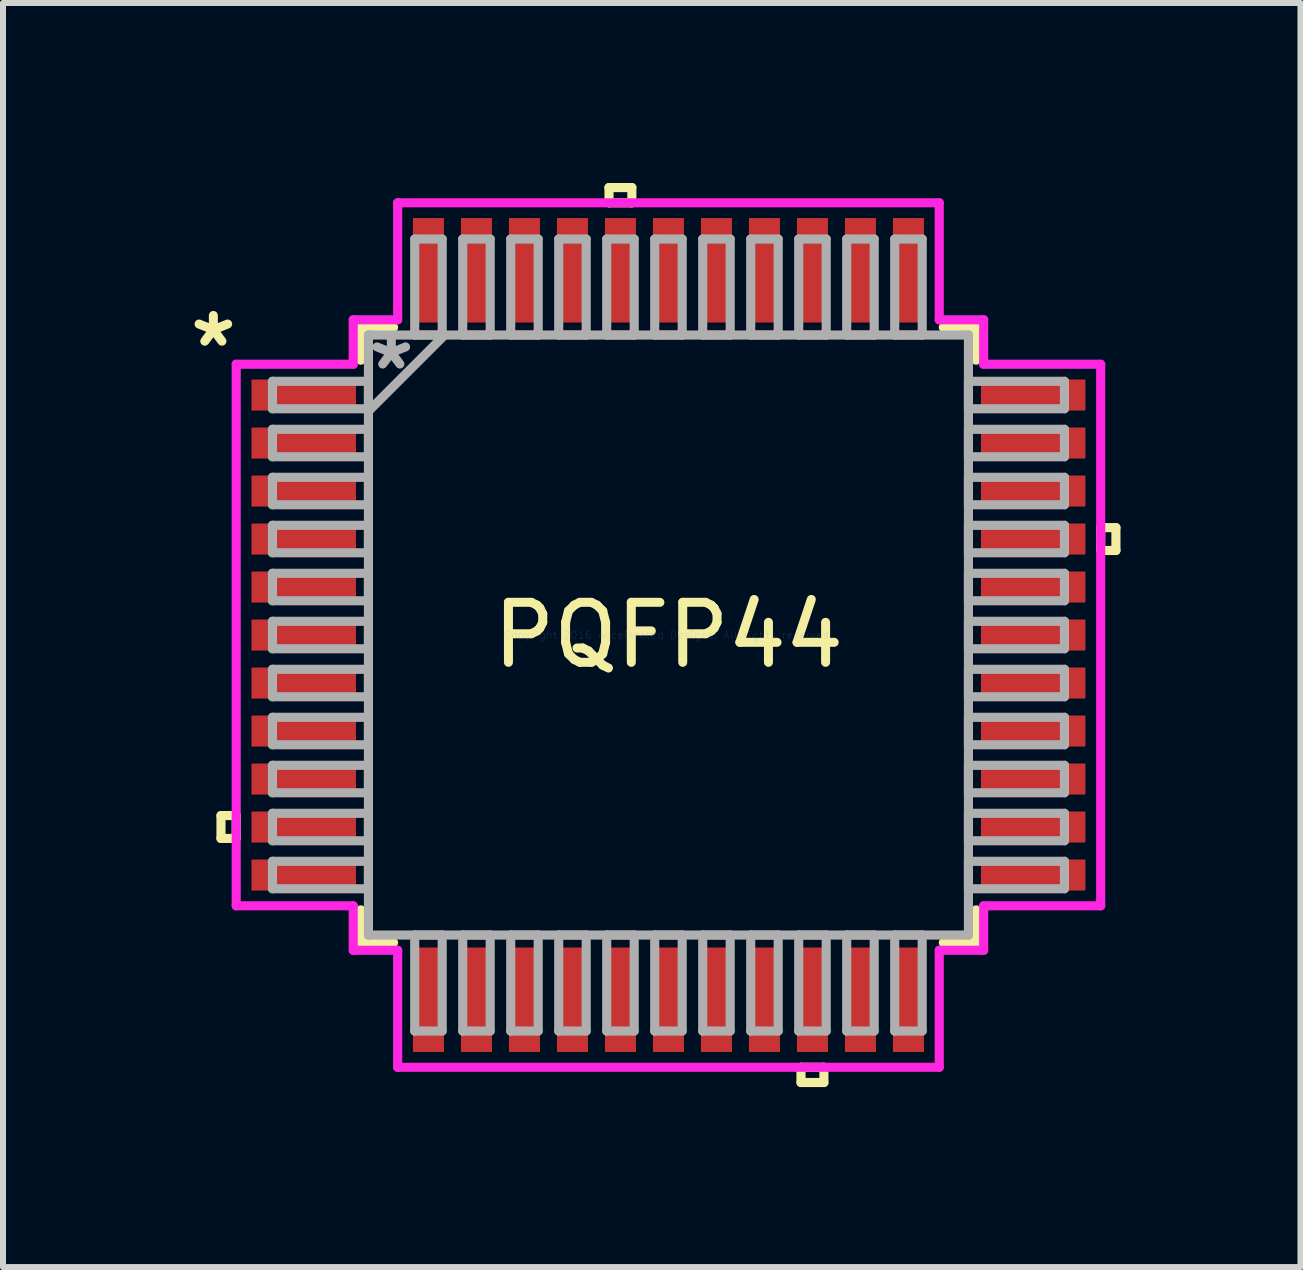
<source format=kicad_pcb>
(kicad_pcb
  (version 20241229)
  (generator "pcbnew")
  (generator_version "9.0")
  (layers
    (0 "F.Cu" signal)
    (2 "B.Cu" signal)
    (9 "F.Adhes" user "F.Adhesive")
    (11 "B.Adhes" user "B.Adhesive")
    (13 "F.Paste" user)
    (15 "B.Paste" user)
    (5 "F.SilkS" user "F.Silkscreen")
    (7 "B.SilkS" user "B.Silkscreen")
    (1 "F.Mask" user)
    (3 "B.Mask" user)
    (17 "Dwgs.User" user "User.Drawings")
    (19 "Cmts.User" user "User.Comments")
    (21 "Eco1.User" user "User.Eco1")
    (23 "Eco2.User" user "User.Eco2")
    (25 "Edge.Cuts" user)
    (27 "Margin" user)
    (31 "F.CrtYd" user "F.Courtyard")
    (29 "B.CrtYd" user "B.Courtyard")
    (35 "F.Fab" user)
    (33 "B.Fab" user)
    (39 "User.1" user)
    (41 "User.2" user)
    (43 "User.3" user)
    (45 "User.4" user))
  (footprint "PQFP44"
    (layer "F.Cu")
    (at 8.091 7.534)
    (property "Reference" "PQFP44" (at 0 0 0) (layer "F.SilkS") (effects (font (size 1 1) (thickness 0.15))))
    (attr through_hole)
    (fp_line (start -7.458 3.009) (end -7.458 3.39) (stroke (width 0.152) (type solid)) (layer "F.SilkS"))
    (fp_line (start -7.458 3.39) (end -7.204 3.39) (stroke (width 0.152) (type solid)) (layer "F.SilkS"))
    (fp_line (start -7.204 3.009) (end -7.458 3.009) (stroke (width 0.152) (type solid)) (layer "F.SilkS"))
    (fp_line (start -7.204 3.39) (end -7.204 3.009) (stroke (width 0.152) (type solid)) (layer "F.SilkS"))
    (fp_line (start -5.127 -5.127) (end -5.127 -4.581) (stroke (width 0.152) (type solid)) (layer "F.SilkS"))
    (fp_line (start -5.127 4.581) (end -5.127 5.127) (stroke (width 0.152) (type solid)) (layer "F.SilkS"))
    (fp_line (start -5.127 5.127) (end -4.581 5.127) (stroke (width 0.152) (type solid)) (layer "F.SilkS"))
    (fp_line (start -4.581 -5.127) (end -5.127 -5.127) (stroke (width 0.152) (type solid)) (layer "F.SilkS"))
    (fp_line (start -0.991 -7.458) (end -0.61 -7.458) (stroke (width 0.152) (type solid)) (layer "F.SilkS"))
    (fp_line (start -0.991 -7.204) (end -0.991 -7.458) (stroke (width 0.152) (type solid)) (layer "F.SilkS"))
    (fp_line (start -0.61 -7.458) (end -0.61 -7.204) (stroke (width 0.152) (type solid)) (layer "F.SilkS"))
    (fp_line (start -0.61 -7.204) (end -0.991 -7.204) (stroke (width 0.152) (type solid)) (layer "F.SilkS"))
    (fp_line (start 2.209 7.204) (end 2.209 7.458) (stroke (width 0.152) (type solid)) (layer "F.SilkS"))
    (fp_line (start 2.209 7.458) (end 2.591 7.458) (stroke (width 0.152) (type solid)) (layer "F.SilkS"))
    (fp_line (start 2.591 7.204) (end 2.209 7.204) (stroke (width 0.152) (type solid)) (layer "F.SilkS"))
    (fp_line (start 2.591 7.458) (end 2.591 7.204) (stroke (width 0.152) (type solid)) (layer "F.SilkS"))
    (fp_line (start 4.581 5.127) (end 5.127 5.127) (stroke (width 0.152) (type solid)) (layer "F.SilkS"))
    (fp_line (start 5.127 -5.127) (end 4.581 -5.127) (stroke (width 0.152) (type solid)) (layer "F.SilkS"))
    (fp_line (start 5.127 -4.581) (end 5.127 -5.127) (stroke (width 0.152) (type solid)) (layer "F.SilkS"))
    (fp_line (start 5.127 5.127) (end 5.127 4.581) (stroke (width 0.152) (type solid)) (layer "F.SilkS"))
    (fp_line (start 7.204 -1.79) (end 7.458 -1.79) (stroke (width 0.152) (type solid)) (layer "F.SilkS"))
    (fp_line (start 7.204 -1.409) (end 7.204 -1.79) (stroke (width 0.152) (type solid)) (layer "F.SilkS"))
    (fp_line (start 7.458 -1.79) (end 7.458 -1.409) (stroke (width 0.152) (type solid)) (layer "F.SilkS"))
    (fp_line (start 7.458 -1.409) (end 7.204 -1.409) (stroke (width 0.152) (type solid)) (layer "F.SilkS"))
    (fp_line (start -7.204 -4.513) (end -5.254 -4.513) (stroke (width 0.152) (type solid)) (layer "F.CrtYd"))
    (fp_line (start -7.204 4.513) (end -7.204 -4.513) (stroke (width 0.152) (type solid)) (layer "F.CrtYd"))
    (fp_line (start -5.254 -5.254) (end -4.513 -5.254) (stroke (width 0.152) (type solid)) (layer "F.CrtYd"))
    (fp_line (start -5.254 -4.513) (end -5.254 -5.254) (stroke (width 0.152) (type solid)) (layer "F.CrtYd"))
    (fp_line (start -5.254 4.513) (end -7.204 4.513) (stroke (width 0.152) (type solid)) (layer "F.CrtYd"))
    (fp_line (start -5.254 5.254) (end -5.254 4.513) (stroke (width 0.152) (type solid)) (layer "F.CrtYd"))
    (fp_line (start -4.513 -7.204) (end 4.513 -7.204) (stroke (width 0.152) (type solid)) (layer "F.CrtYd"))
    (fp_line (start -4.513 -5.254) (end -4.513 -7.204) (stroke (width 0.152) (type solid)) (layer "F.CrtYd"))
    (fp_line (start -4.513 5.254) (end -5.254 5.254) (stroke (width 0.152) (type solid)) (layer "F.CrtYd"))
    (fp_line (start -4.513 7.204) (end -4.513 5.254) (stroke (width 0.152) (type solid)) (layer "F.CrtYd"))
    (fp_line (start 4.513 -7.204) (end 4.513 -5.254) (stroke (width 0.152) (type solid)) (layer "F.CrtYd"))
    (fp_line (start 4.513 -5.254) (end 5.254 -5.254) (stroke (width 0.152) (type solid)) (layer "F.CrtYd"))
    (fp_line (start 4.513 5.254) (end 4.513 7.204) (stroke (width 0.152) (type solid)) (layer "F.CrtYd"))
    (fp_line (start 4.513 7.204) (end -4.513 7.204) (stroke (width 0.152) (type solid)) (layer "F.CrtYd"))
    (fp_line (start 5.254 -5.254) (end 5.254 -4.513) (stroke (width 0.152) (type solid)) (layer "F.CrtYd"))
    (fp_line (start 5.254 -4.513) (end 7.204 -4.513) (stroke (width 0.152) (type solid)) (layer "F.CrtYd"))
    (fp_line (start 5.254 4.513) (end 5.254 5.254) (stroke (width 0.152) (type solid)) (layer "F.CrtYd"))
    (fp_line (start 5.254 5.254) (end 4.513 5.254) (stroke (width 0.152) (type solid)) (layer "F.CrtYd"))
    (fp_line (start 7.204 -4.513) (end 7.204 4.513) (stroke (width 0.152) (type solid)) (layer "F.CrtYd"))
    (fp_line (start 7.204 4.513) (end 5.254 4.513) (stroke (width 0.152) (type solid)) (layer "F.CrtYd"))
    (fp_line (start -6.6 -4.229) (end -6.6 -3.771) (stroke (width 0.152) (type solid)) (layer "F.Fab"))
    (fp_line (start -6.6 -3.771) (end -5 -3.771) (stroke (width 0.152) (type solid)) (layer "F.Fab"))
    (fp_line (start -6.6 -3.429) (end -6.6 -2.971) (stroke (width 0.152) (type solid)) (layer "F.Fab"))
    (fp_line (start -6.6 -2.971) (end -5 -2.971) (stroke (width 0.152) (type solid)) (layer "F.Fab"))
    (fp_line (start -6.6 -2.629) (end -6.6 -2.171) (stroke (width 0.152) (type solid)) (layer "F.Fab"))
    (fp_line (start -6.6 -2.171) (end -5 -2.171) (stroke (width 0.152) (type solid)) (layer "F.Fab"))
    (fp_line (start -6.6 -1.829) (end -6.6 -1.371) (stroke (width 0.152) (type solid)) (layer "F.Fab"))
    (fp_line (start -6.6 -1.371) (end -5 -1.371) (stroke (width 0.152) (type solid)) (layer "F.Fab"))
    (fp_line (start -6.6 -1.029) (end -6.6 -0.571) (stroke (width 0.152) (type solid)) (layer "F.Fab"))
    (fp_line (start -6.6 -0.571) (end -5 -0.571) (stroke (width 0.152) (type solid)) (layer "F.Fab"))
    (fp_line (start -6.6 -0.229) (end -6.6 0.229) (stroke (width 0.152) (type solid)) (layer "F.Fab"))
    (fp_line (start -6.6 0.229) (end -5 0.229) (stroke (width 0.152) (type solid)) (layer "F.Fab"))
    (fp_line (start -6.6 0.571) (end -6.6 1.029) (stroke (width 0.152) (type solid)) (layer "F.Fab"))
    (fp_line (start -6.6 1.029) (end -5 1.029) (stroke (width 0.152) (type solid)) (layer "F.Fab"))
    (fp_line (start -6.6 1.371) (end -6.6 1.829) (stroke (width 0.152) (type solid)) (layer "F.Fab"))
    (fp_line (start -6.6 1.829) (end -5 1.829) (stroke (width 0.152) (type solid)) (layer "F.Fab"))
    (fp_line (start -6.6 2.171) (end -6.6 2.629) (stroke (width 0.152) (type solid)) (layer "F.Fab"))
    (fp_line (start -6.6 2.629) (end -5 2.629) (stroke (width 0.152) (type solid)) (layer "F.Fab"))
    (fp_line (start -6.6 2.971) (end -6.6 3.429) (stroke (width 0.152) (type solid)) (layer "F.Fab"))
    (fp_line (start -6.6 3.429) (end -5 3.429) (stroke (width 0.152) (type solid)) (layer "F.Fab"))
    (fp_line (start -6.6 3.771) (end -6.6 4.229) (stroke (width 0.152) (type solid)) (layer "F.Fab"))
    (fp_line (start -6.6 4.229) (end -5 4.229) (stroke (width 0.152) (type solid)) (layer "F.Fab"))
    (fp_line (start -5 -5) (end -5 -5) (stroke (width 0.152) (type solid)) (layer "F.Fab"))
    (fp_line (start -5 -5) (end -5 5) (stroke (width 0.152) (type solid)) (layer "F.Fab"))
    (fp_line (start -5 -4.229) (end -6.6 -4.229) (stroke (width 0.152) (type solid)) (layer "F.Fab"))
    (fp_line (start -5 -3.771) (end -5 -4.229) (stroke (width 0.152) (type solid)) (layer "F.Fab"))
    (fp_line (start -5 -3.73) (end -3.73 -5) (stroke (width 0.152) (type solid)) (layer "F.Fab"))
    (fp_line (start -5 -3.429) (end -6.6 -3.429) (stroke (width 0.152) (type solid)) (layer "F.Fab"))
    (fp_line (start -5 -2.971) (end -5 -3.429) (stroke (width 0.152) (type solid)) (layer "F.Fab"))
    (fp_line (start -5 -2.629) (end -6.6 -2.629) (stroke (width 0.152) (type solid)) (layer "F.Fab"))
    (fp_line (start -5 -2.171) (end -5 -2.629) (stroke (width 0.152) (type solid)) (layer "F.Fab"))
    (fp_line (start -5 -1.829) (end -6.6 -1.829) (stroke (width 0.152) (type solid)) (layer "F.Fab"))
    (fp_line (start -5 -1.371) (end -5 -1.829) (stroke (width 0.152) (type solid)) (layer "F.Fab"))
    (fp_line (start -5 -1.029) (end -6.6 -1.029) (stroke (width 0.152) (type solid)) (layer "F.Fab"))
    (fp_line (start -5 -0.571) (end -5 -1.029) (stroke (width 0.152) (type solid)) (layer "F.Fab"))
    (fp_line (start -5 -0.229) (end -6.6 -0.229) (stroke (width 0.152) (type solid)) (layer "F.Fab"))
    (fp_line (start -5 0.229) (end -5 -0.229) (stroke (width 0.152) (type solid)) (layer "F.Fab"))
    (fp_line (start -5 0.571) (end -6.6 0.571) (stroke (width 0.152) (type solid)) (layer "F.Fab"))
    (fp_line (start -5 1.029) (end -5 0.571) (stroke (width 0.152) (type solid)) (layer "F.Fab"))
    (fp_line (start -5 1.371) (end -6.6 1.371) (stroke (width 0.152) (type solid)) (layer "F.Fab"))
    (fp_line (start -5 1.829) (end -5 1.371) (stroke (width 0.152) (type solid)) (layer "F.Fab"))
    (fp_line (start -5 2.171) (end -6.6 2.171) (stroke (width 0.152) (type solid)) (layer "F.Fab"))
    (fp_line (start -5 2.629) (end -5 2.171) (stroke (width 0.152) (type solid)) (layer "F.Fab"))
    (fp_line (start -5 2.971) (end -6.6 2.971) (stroke (width 0.152) (type solid)) (layer "F.Fab"))
    (fp_line (start -5 3.429) (end -5 2.971) (stroke (width 0.152) (type solid)) (layer "F.Fab"))
    (fp_line (start -5 3.771) (end -6.6 3.771) (stroke (width 0.152) (type solid)) (layer "F.Fab"))
    (fp_line (start -5 4.229) (end -5 3.771) (stroke (width 0.152) (type solid)) (layer "F.Fab"))
    (fp_line (start -5 5) (end -5 5) (stroke (width 0.152) (type solid)) (layer "F.Fab"))
    (fp_line (start -5 5) (end 5 5) (stroke (width 0.152) (type solid)) (layer "F.Fab"))
    (fp_line (start -4.229 5) (end -4.229 6.6) (stroke (width 0.152) (type solid)) (layer "F.Fab"))
    (fp_line (start -4.229 6.6) (end -3.771 6.6) (stroke (width 0.152) (type solid)) (layer "F.Fab"))
    (fp_line (start -4.229 -6.6) (end -4.229 -5) (stroke (width 0.152) (type solid)) (layer "F.Fab"))
    (fp_line (start -4.229 -5) (end -3.771 -5) (stroke (width 0.152) (type solid)) (layer "F.Fab"))
    (fp_line (start -3.771 5) (end -4.229 5) (stroke (width 0.152) (type solid)) (layer "F.Fab"))
    (fp_line (start -3.771 6.6) (end -3.771 5) (stroke (width 0.152) (type solid)) (layer "F.Fab"))
    (fp_line (start -3.771 -6.6) (end -4.229 -6.6) (stroke (width 0.152) (type solid)) (layer "F.Fab"))
    (fp_line (start -3.771 -5) (end -3.771 -6.6) (stroke (width 0.152) (type solid)) (layer "F.Fab"))
    (fp_line (start -3.429 -6.6) (end -3.429 -5) (stroke (width 0.152) (type solid)) (layer "F.Fab"))
    (fp_line (start -3.429 -5) (end -2.971 -5) (stroke (width 0.152) (type solid)) (layer "F.Fab"))
    (fp_line (start -3.429 5) (end -3.429 6.6) (stroke (width 0.152) (type solid)) (layer "F.Fab"))
    (fp_line (start -3.429 6.6) (end -2.971 6.6) (stroke (width 0.152) (type solid)) (layer "F.Fab"))
    (fp_line (start -2.971 -6.6) (end -3.429 -6.6) (stroke (width 0.152) (type solid)) (layer "F.Fab"))
    (fp_line (start -2.971 -5) (end -2.971 -6.6) (stroke (width 0.152) (type solid)) (layer "F.Fab"))
    (fp_line (start -2.971 5) (end -3.429 5) (stroke (width 0.152) (type solid)) (layer "F.Fab"))
    (fp_line (start -2.971 6.6) (end -2.971 5) (stroke (width 0.152) (type solid)) (layer "F.Fab"))
    (fp_line (start -2.629 -6.6) (end -2.629 -5) (stroke (width 0.152) (type solid)) (layer "F.Fab"))
    (fp_line (start -2.629 -5) (end -2.171 -5) (stroke (width 0.152) (type solid)) (layer "F.Fab"))
    (fp_line (start -2.629 5) (end -2.629 6.6) (stroke (width 0.152) (type solid)) (layer "F.Fab"))
    (fp_line (start -2.629 6.6) (end -2.171 6.6) (stroke (width 0.152) (type solid)) (layer "F.Fab"))
    (fp_line (start -2.171 -6.6) (end -2.629 -6.6) (stroke (width 0.152) (type solid)) (layer "F.Fab"))
    (fp_line (start -2.171 -5) (end -2.171 -6.6) (stroke (width 0.152) (type solid)) (layer "F.Fab"))
    (fp_line (start -2.171 5) (end -2.629 5) (stroke (width 0.152) (type solid)) (layer "F.Fab"))
    (fp_line (start -2.171 6.6) (end -2.171 5) (stroke (width 0.152) (type solid)) (layer "F.Fab"))
    (fp_line (start -1.829 -6.6) (end -1.829 -5) (stroke (width 0.152) (type solid)) (layer "F.Fab"))
    (fp_line (start -1.829 -5) (end -1.371 -5) (stroke (width 0.152) (type solid)) (layer "F.Fab"))
    (fp_line (start -1.829 5) (end -1.829 6.6) (stroke (width 0.152) (type solid)) (layer "F.Fab"))
    (fp_line (start -1.829 6.6) (end -1.371 6.6) (stroke (width 0.152) (type solid)) (layer "F.Fab"))
    (fp_line (start -1.371 -6.6) (end -1.829 -6.6) (stroke (width 0.152) (type solid)) (layer "F.Fab"))
    (fp_line (start -1.371 -5) (end -1.371 -6.6) (stroke (width 0.152) (type solid)) (layer "F.Fab"))
    (fp_line (start -1.371 5) (end -1.829 5) (stroke (width 0.152) (type solid)) (layer "F.Fab"))
    (fp_line (start -1.371 6.6) (end -1.371 5) (stroke (width 0.152) (type solid)) (layer "F.Fab"))
    (fp_line (start -1.029 -6.6) (end -1.029 -5) (stroke (width 0.152) (type solid)) (layer "F.Fab"))
    (fp_line (start -1.029 -5) (end -0.571 -5) (stroke (width 0.152) (type solid)) (layer "F.Fab"))
    (fp_line (start -1.029 5) (end -1.029 6.6) (stroke (width 0.152) (type solid)) (layer "F.Fab"))
    (fp_line (start -1.029 6.6) (end -0.571 6.6) (stroke (width 0.152) (type solid)) (layer "F.Fab"))
    (fp_line (start -0.571 -6.6) (end -1.029 -6.6) (stroke (width 0.152) (type solid)) (layer "F.Fab"))
    (fp_line (start -0.571 -5) (end -0.571 -6.6) (stroke (width 0.152) (type solid)) (layer "F.Fab"))
    (fp_line (start -0.571 5) (end -1.029 5) (stroke (width 0.152) (type solid)) (layer "F.Fab"))
    (fp_line (start -0.571 6.6) (end -0.571 5) (stroke (width 0.152) (type solid)) (layer "F.Fab"))
    (fp_line (start -0.229 -6.6) (end -0.229 -5) (stroke (width 0.152) (type solid)) (layer "F.Fab"))
    (fp_line (start -0.229 -5) (end 0.229 -5) (stroke (width 0.152) (type solid)) (layer "F.Fab"))
    (fp_line (start -0.229 5) (end -0.229 6.6) (stroke (width 0.152) (type solid)) (layer "F.Fab"))
    (fp_line (start -0.229 6.6) (end 0.229 6.6) (stroke (width 0.152) (type solid)) (layer "F.Fab"))
    (fp_line (start 0.229 -6.6) (end -0.229 -6.6) (stroke (width 0.152) (type solid)) (layer "F.Fab"))
    (fp_line (start 0.229 -5) (end 0.229 -6.6) (stroke (width 0.152) (type solid)) (layer "F.Fab"))
    (fp_line (start 0.229 5) (end -0.229 5) (stroke (width 0.152) (type solid)) (layer "F.Fab"))
    (fp_line (start 0.229 6.6) (end 0.229 5) (stroke (width 0.152) (type solid)) (layer "F.Fab"))
    (fp_line (start 0.571 -6.6) (end 0.571 -5) (stroke (width 0.152) (type solid)) (layer "F.Fab"))
    (fp_line (start 0.571 -5) (end 1.029 -5) (stroke (width 0.152) (type solid)) (layer "F.Fab"))
    (fp_line (start 0.571 5) (end 0.571 6.6) (stroke (width 0.152) (type solid)) (layer "F.Fab"))
    (fp_line (start 0.571 6.6) (end 1.029 6.6) (stroke (width 0.152) (type solid)) (layer "F.Fab"))
    (fp_line (start 1.029 -6.6) (end 0.571 -6.6) (stroke (width 0.152) (type solid)) (layer "F.Fab"))
    (fp_line (start 1.029 -5) (end 1.029 -6.6) (stroke (width 0.152) (type solid)) (layer "F.Fab"))
    (fp_line (start 1.029 5) (end 0.571 5) (stroke (width 0.152) (type solid)) (layer "F.Fab"))
    (fp_line (start 1.029 6.6) (end 1.029 5) (stroke (width 0.152) (type solid)) (layer "F.Fab"))
    (fp_line (start 1.371 -6.6) (end 1.371 -5) (stroke (width 0.152) (type solid)) (layer "F.Fab"))
    (fp_line (start 1.371 -5) (end 1.829 -5) (stroke (width 0.152) (type solid)) (layer "F.Fab"))
    (fp_line (start 1.371 5) (end 1.371 6.6) (stroke (width 0.152) (type solid)) (layer "F.Fab"))
    (fp_line (start 1.371 6.6) (end 1.829 6.6) (stroke (width 0.152) (type solid)) (layer "F.Fab"))
    (fp_line (start 1.829 -6.6) (end 1.371 -6.6) (stroke (width 0.152) (type solid)) (layer "F.Fab"))
    (fp_line (start 1.829 -5) (end 1.829 -6.6) (stroke (width 0.152) (type solid)) (layer "F.Fab"))
    (fp_line (start 1.829 5) (end 1.371 5) (stroke (width 0.152) (type solid)) (layer "F.Fab"))
    (fp_line (start 1.829 6.6) (end 1.829 5) (stroke (width 0.152) (type solid)) (layer "F.Fab"))
    (fp_line (start 2.171 -6.6) (end 2.171 -5) (stroke (width 0.152) (type solid)) (layer "F.Fab"))
    (fp_line (start 2.171 -5) (end 2.629 -5) (stroke (width 0.152) (type solid)) (layer "F.Fab"))
    (fp_line (start 2.171 5) (end 2.171 6.6) (stroke (width 0.152) (type solid)) (layer "F.Fab"))
    (fp_line (start 2.171 6.6) (end 2.629 6.6) (stroke (width 0.152) (type solid)) (layer "F.Fab"))
    (fp_line (start 2.629 -6.6) (end 2.171 -6.6) (stroke (width 0.152) (type solid)) (layer "F.Fab"))
    (fp_line (start 2.629 -5) (end 2.629 -6.6) (stroke (width 0.152) (type solid)) (layer "F.Fab"))
    (fp_line (start 2.629 5) (end 2.171 5) (stroke (width 0.152) (type solid)) (layer "F.Fab"))
    (fp_line (start 2.629 6.6) (end 2.629 5) (stroke (width 0.152) (type solid)) (layer "F.Fab"))
    (fp_line (start 2.971 -6.6) (end 2.971 -5) (stroke (width 0.152) (type solid)) (layer "F.Fab"))
    (fp_line (start 2.971 -5) (end 3.429 -5) (stroke (width 0.152) (type solid)) (layer "F.Fab"))
    (fp_line (start 2.971 5) (end 2.971 6.6) (stroke (width 0.152) (type solid)) (layer "F.Fab"))
    (fp_line (start 2.971 6.6) (end 3.429 6.6) (stroke (width 0.152) (type solid)) (layer "F.Fab"))
    (fp_line (start 3.429 -6.6) (end 2.971 -6.6) (stroke (width 0.152) (type solid)) (layer "F.Fab"))
    (fp_line (start 3.429 -5) (end 3.429 -6.6) (stroke (width 0.152) (type solid)) (layer "F.Fab"))
    (fp_line (start 3.429 5) (end 2.971 5) (stroke (width 0.152) (type solid)) (layer "F.Fab"))
    (fp_line (start 3.429 6.6) (end 3.429 5) (stroke (width 0.152) (type solid)) (layer "F.Fab"))
    (fp_line (start 3.771 5) (end 3.771 6.6) (stroke (width 0.152) (type solid)) (layer "F.Fab"))
    (fp_line (start 3.771 6.6) (end 4.229 6.6) (stroke (width 0.152) (type solid)) (layer "F.Fab"))
    (fp_line (start 3.771 -6.6) (end 3.771 -5) (stroke (width 0.152) (type solid)) (layer "F.Fab"))
    (fp_line (start 3.771 -5) (end 4.229 -5) (stroke (width 0.152) (type solid)) (layer "F.Fab"))
    (fp_line (start 4.229 5) (end 3.771 5) (stroke (width 0.152) (type solid)) (layer "F.Fab"))
    (fp_line (start 4.229 6.6) (end 4.229 5) (stroke (width 0.152) (type solid)) (layer "F.Fab"))
    (fp_line (start 4.229 -6.6) (end 3.771 -6.6) (stroke (width 0.152) (type solid)) (layer "F.Fab"))
    (fp_line (start 4.229 -5) (end 4.229 -6.6) (stroke (width 0.152) (type solid)) (layer "F.Fab"))
    (fp_line (start 5 -5) (end -5 -5) (stroke (width 0.152) (type solid)) (layer "F.Fab"))
    (fp_line (start 5 -5) (end 5 -5) (stroke (width 0.152) (type solid)) (layer "F.Fab"))
    (fp_line (start 5 -4.229) (end 5 -3.771) (stroke (width 0.152) (type solid)) (layer "F.Fab"))
    (fp_line (start 5 -3.771) (end 6.6 -3.771) (stroke (width 0.152) (type solid)) (layer "F.Fab"))
    (fp_line (start 5 -3.429) (end 5 -2.971) (stroke (width 0.152) (type solid)) (layer "F.Fab"))
    (fp_line (start 5 -2.971) (end 6.6 -2.971) (stroke (width 0.152) (type solid)) (layer "F.Fab"))
    (fp_line (start 5 -2.629) (end 5 -2.171) (stroke (width 0.152) (type solid)) (layer "F.Fab"))
    (fp_line (start 5 -2.171) (end 6.6 -2.171) (stroke (width 0.152) (type solid)) (layer "F.Fab"))
    (fp_line (start 5 -1.829) (end 5 -1.371) (stroke (width 0.152) (type solid)) (layer "F.Fab"))
    (fp_line (start 5 -1.371) (end 6.6 -1.371) (stroke (width 0.152) (type solid)) (layer "F.Fab"))
    (fp_line (start 5 -1.029) (end 5 -0.571) (stroke (width 0.152) (type solid)) (layer "F.Fab"))
    (fp_line (start 5 -0.571) (end 6.6 -0.571) (stroke (width 0.152) (type solid)) (layer "F.Fab"))
    (fp_line (start 5 -0.229) (end 5 0.229) (stroke (width 0.152) (type solid)) (layer "F.Fab"))
    (fp_line (start 5 0.229) (end 6.6 0.229) (stroke (width 0.152) (type solid)) (layer "F.Fab"))
    (fp_line (start 5 0.571) (end 5 1.029) (stroke (width 0.152) (type solid)) (layer "F.Fab"))
    (fp_line (start 5 1.029) (end 6.6 1.029) (stroke (width 0.152) (type solid)) (layer "F.Fab"))
    (fp_line (start 5 1.371) (end 5 1.829) (stroke (width 0.152) (type solid)) (layer "F.Fab"))
    (fp_line (start 5 1.829) (end 6.6 1.829) (stroke (width 0.152) (type solid)) (layer "F.Fab"))
    (fp_line (start 5 2.171) (end 5 2.629) (stroke (width 0.152) (type solid)) (layer "F.Fab"))
    (fp_line (start 5 2.629) (end 6.6 2.629) (stroke (width 0.152) (type solid)) (layer "F.Fab"))
    (fp_line (start 5 2.971) (end 5 3.429) (stroke (width 0.152) (type solid)) (layer "F.Fab"))
    (fp_line (start 5 3.429) (end 6.6 3.429) (stroke (width 0.152) (type solid)) (layer "F.Fab"))
    (fp_line (start 5 3.771) (end 5 4.229) (stroke (width 0.152) (type solid)) (layer "F.Fab"))
    (fp_line (start 5 4.229) (end 6.6 4.229) (stroke (width 0.152) (type solid)) (layer "F.Fab"))
    (fp_line (start 5 5) (end 5 -5) (stroke (width 0.152) (type solid)) (layer "F.Fab"))
    (fp_line (start 5 5) (end 5 5) (stroke (width 0.152) (type solid)) (layer "F.Fab"))
    (fp_line (start 6.6 -4.229) (end 5 -4.229) (stroke (width 0.152) (type solid)) (layer "F.Fab"))
    (fp_line (start 6.6 -3.771) (end 6.6 -4.229) (stroke (width 0.152) (type solid)) (layer "F.Fab"))
    (fp_line (start 6.6 -3.429) (end 5 -3.429) (stroke (width 0.152) (type solid)) (layer "F.Fab"))
    (fp_line (start 6.6 -2.971) (end 6.6 -3.429) (stroke (width 0.152) (type solid)) (layer "F.Fab"))
    (fp_line (start 6.6 -2.629) (end 5 -2.629) (stroke (width 0.152) (type solid)) (layer "F.Fab"))
    (fp_line (start 6.6 -2.171) (end 6.6 -2.629) (stroke (width 0.152) (type solid)) (layer "F.Fab"))
    (fp_line (start 6.6 -1.829) (end 5 -1.829) (stroke (width 0.152) (type solid)) (layer "F.Fab"))
    (fp_line (start 6.6 -1.371) (end 6.6 -1.829) (stroke (width 0.152) (type solid)) (layer "F.Fab"))
    (fp_line (start 6.6 -1.029) (end 5 -1.029) (stroke (width 0.152) (type solid)) (layer "F.Fab"))
    (fp_line (start 6.6 -0.571) (end 6.6 -1.029) (stroke (width 0.152) (type solid)) (layer "F.Fab"))
    (fp_line (start 6.6 -0.229) (end 5 -0.229) (stroke (width 0.152) (type solid)) (layer "F.Fab"))
    (fp_line (start 6.6 0.229) (end 6.6 -0.229) (stroke (width 0.152) (type solid)) (layer "F.Fab"))
    (fp_line (start 6.6 0.571) (end 5 0.571) (stroke (width 0.152) (type solid)) (layer "F.Fab"))
    (fp_line (start 6.6 1.029) (end 6.6 0.571) (stroke (width 0.152) (type solid)) (layer "F.Fab"))
    (fp_line (start 6.6 1.371) (end 5 1.371) (stroke (width 0.152) (type solid)) (layer "F.Fab"))
    (fp_line (start 6.6 1.829) (end 6.6 1.371) (stroke (width 0.152) (type solid)) (layer "F.Fab"))
    (fp_line (start 6.6 2.171) (end 5 2.171) (stroke (width 0.152) (type solid)) (layer "F.Fab"))
    (fp_line (start 6.6 2.629) (end 6.6 2.171) (stroke (width 0.152) (type solid)) (layer "F.Fab"))
    (fp_line (start 6.6 2.971) (end 5 2.971) (stroke (width 0.152) (type solid)) (layer "F.Fab"))
    (fp_line (start 6.6 3.429) (end 6.6 2.971) (stroke (width 0.152) (type solid)) (layer "F.Fab"))
    (fp_line (start 6.6 3.771) (end 5 3.771) (stroke (width 0.152) (type solid)) (layer "F.Fab"))
    (fp_line (start 6.6 4.229) (end 6.6 3.771) (stroke (width 0.152) (type solid)) (layer "F.Fab"))
    (fp_text user "*" (at -7.585 -4.781 0) (layer "F.SilkS") (effects (font (size 1 1) (thickness 0.15))))
    (fp_text user "Copyright 2016 Accelerated Designs. All rights reserved." (at 0 0 0) (layer "Cmts.User") (effects (font (size 0.127 0.127) (thickness 0.002))))
    (fp_text user "*" (at -4.619 -4.4 0) (layer "F.Fab") (effects (font (size 1 1) (thickness 0.15))))
    (pad "1" smd rect (at -6.079 -4 90) (size 0.517 1.741) (layers "F.Cu" "F.Mask" "F.Paste"))
    (pad "2" smd rect (at -6.079 -3.2 90) (size 0.517 1.741) (layers "F.Cu" "F.Mask" "F.Paste"))
    (pad "3" smd rect (at -6.079 -2.4 90) (size 0.517 1.741) (layers "F.Cu" "F.Mask" "F.Paste"))
    (pad "4" smd rect (at -6.079 -1.6 90) (size 0.517 1.741) (layers "F.Cu" "F.Mask" "F.Paste"))
    (pad "5" smd rect (at -6.079 -0.8 90) (size 0.517 1.741) (layers "F.Cu" "F.Mask" "F.Paste"))
    (pad "6" smd rect (at -6.079 0 90) (size 0.517 1.741) (layers "F.Cu" "F.Mask" "F.Paste"))
    (pad "7" smd rect (at -6.079 0.8 90) (size 0.517 1.741) (layers "F.Cu" "F.Mask" "F.Paste"))
    (pad "8" smd rect (at -6.079 1.6 90) (size 0.517 1.741) (layers "F.Cu" "F.Mask" "F.Paste"))
    (pad "9" smd rect (at -6.079 2.4 90) (size 0.517 1.741) (layers "F.Cu" "F.Mask" "F.Paste"))
    (pad "10" smd rect (at -6.079 3.2 90) (size 0.517 1.741) (layers "F.Cu" "F.Mask" "F.Paste"))
    (pad "11" smd rect (at -6.079 4 90) (size 0.517 1.741) (layers "F.Cu" "F.Mask" "F.Paste"))
    (pad "12" smd rect (at -4 6.079) (size 0.517 1.741) (layers "F.Cu" "F.Mask" "F.Paste"))
    (pad "13" smd rect (at -3.2 6.079) (size 0.517 1.741) (layers "F.Cu" "F.Mask" "F.Paste"))
    (pad "14" smd rect (at -2.4 6.079) (size 0.517 1.741) (layers "F.Cu" "F.Mask" "F.Paste"))
    (pad "15" smd rect (at -1.6 6.079) (size 0.517 1.741) (layers "F.Cu" "F.Mask" "F.Paste"))
    (pad "16" smd rect (at -0.8 6.079) (size 0.517 1.741) (layers "F.Cu" "F.Mask" "F.Paste"))
    (pad "17" smd rect (at 0 6.079) (size 0.517 1.741) (layers "F.Cu" "F.Mask" "F.Paste"))
    (pad "18" smd rect (at 0.8 6.079) (size 0.517 1.741) (layers "F.Cu" "F.Mask" "F.Paste"))
    (pad "19" smd rect (at 1.6 6.079) (size 0.517 1.741) (layers "F.Cu" "F.Mask" "F.Paste"))
    (pad "20" smd rect (at 2.4 6.079) (size 0.517 1.741) (layers "F.Cu" "F.Mask" "F.Paste"))
    (pad "21" smd rect (at 3.2 6.079) (size 0.517 1.741) (layers "F.Cu" "F.Mask" "F.Paste"))
    (pad "22" smd rect (at 4 6.079) (size 0.517 1.741) (layers "F.Cu" "F.Mask" "F.Paste"))
    (pad "23" smd rect (at 6.079 4 90) (size 0.517 1.741) (layers "F.Cu" "F.Mask" "F.Paste"))
    (pad "24" smd rect (at 6.079 3.2 90) (size 0.517 1.741) (layers "F.Cu" "F.Mask" "F.Paste"))
    (pad "25" smd rect (at 6.079 2.4 90) (size 0.517 1.741) (layers "F.Cu" "F.Mask" "F.Paste"))
    (pad "26" smd rect (at 6.079 1.6 90) (size 0.517 1.741) (layers "F.Cu" "F.Mask" "F.Paste"))
    (pad "27" smd rect (at 6.079 0.8 90) (size 0.517 1.741) (layers "F.Cu" "F.Mask" "F.Paste"))
    (pad "28" smd rect (at 6.079 0 90) (size 0.517 1.741) (layers "F.Cu" "F.Mask" "F.Paste"))
    (pad "29" smd rect (at 6.079 -0.8 90) (size 0.517 1.741) (layers "F.Cu" "F.Mask" "F.Paste"))
    (pad "30" smd rect (at 6.079 -1.6 90) (size 0.517 1.741) (layers "F.Cu" "F.Mask" "F.Paste"))
    (pad "31" smd rect (at 6.079 -2.4 90) (size 0.517 1.741) (layers "F.Cu" "F.Mask" "F.Paste"))
    (pad "32" smd rect (at 6.079 -3.2 90) (size 0.517 1.741) (layers "F.Cu" "F.Mask" "F.Paste"))
    (pad "33" smd rect (at 6.079 -4 90) (size 0.517 1.741) (layers "F.Cu" "F.Mask" "F.Paste"))
    (pad "34" smd rect (at 4 -6.079) (size 0.517 1.741) (layers "F.Cu" "F.Mask" "F.Paste"))
    (pad "35" smd rect (at 3.2 -6.079) (size 0.517 1.741) (layers "F.Cu" "F.Mask" "F.Paste"))
    (pad "36" smd rect (at 2.4 -6.079) (size 0.517 1.741) (layers "F.Cu" "F.Mask" "F.Paste"))
    (pad "37" smd rect (at 1.6 -6.079) (size 0.517 1.741) (layers "F.Cu" "F.Mask" "F.Paste"))
    (pad "38" smd rect (at 0.8 -6.079) (size 0.517 1.741) (layers "F.Cu" "F.Mask" "F.Paste"))
    (pad "39" smd rect (at 0 -6.079) (size 0.517 1.741) (layers "F.Cu" "F.Mask" "F.Paste"))
    (pad "40" smd rect (at -0.8 -6.079) (size 0.517 1.741) (layers "F.Cu" "F.Mask" "F.Paste"))
    (pad "41" smd rect (at -1.6 -6.079) (size 0.517 1.741) (layers "F.Cu" "F.Mask" "F.Paste"))
    (pad "42" smd rect (at -2.4 -6.079) (size 0.517 1.741) (layers "F.Cu" "F.Mask" "F.Paste"))
    (pad "43" smd rect (at -3.2 -6.079) (size 0.517 1.741) (layers "F.Cu" "F.Mask" "F.Paste"))
    (pad "44" smd rect (at -4 -6.079) (size 0.517 1.741) (layers "F.Cu" "F.Mask" "F.Paste")))
  (gr_rect
    (start -3 -3)
    (end 18.625 18.068)
    (stroke (width 0.1) (type default))
    (fill no)
    (layer "Edge.Cuts")))
</source>
